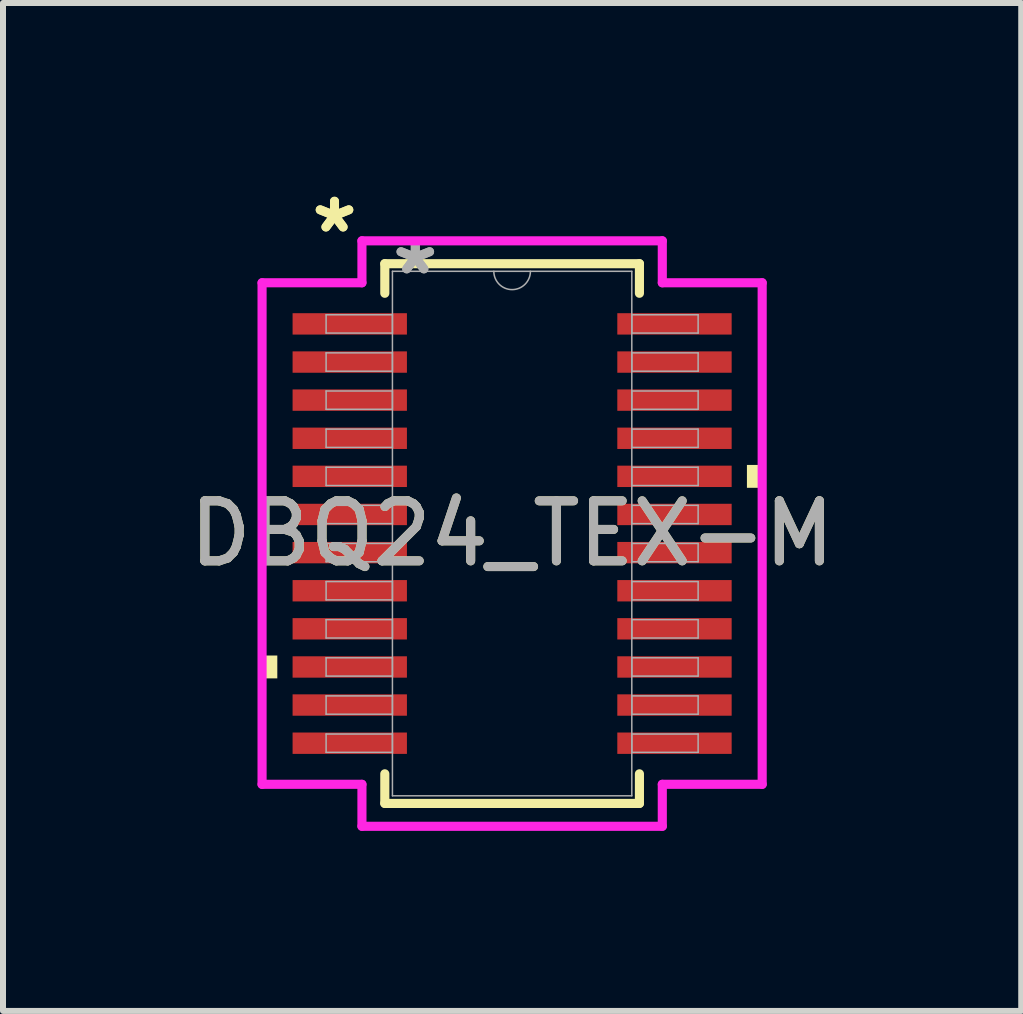
<source format=kicad_pcb>
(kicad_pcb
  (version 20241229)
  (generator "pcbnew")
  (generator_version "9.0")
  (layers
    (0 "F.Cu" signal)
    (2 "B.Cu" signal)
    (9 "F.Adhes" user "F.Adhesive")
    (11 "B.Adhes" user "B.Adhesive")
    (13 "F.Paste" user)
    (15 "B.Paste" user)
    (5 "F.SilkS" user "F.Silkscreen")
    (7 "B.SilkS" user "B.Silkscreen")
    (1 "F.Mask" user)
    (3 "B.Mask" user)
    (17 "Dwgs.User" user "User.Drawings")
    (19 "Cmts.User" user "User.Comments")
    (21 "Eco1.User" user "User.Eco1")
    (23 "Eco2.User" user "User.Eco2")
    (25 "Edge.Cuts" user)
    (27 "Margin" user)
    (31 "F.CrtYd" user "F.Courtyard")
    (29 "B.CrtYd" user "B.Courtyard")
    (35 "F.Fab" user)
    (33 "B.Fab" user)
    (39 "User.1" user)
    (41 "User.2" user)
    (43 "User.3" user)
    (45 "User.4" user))
  (footprint "DBQ24_TEX-M"
    (layer "F.Cu")
    (at 5.482 5.839)
    (property "Reference" "DBQ24_TEX-M" (at 0 0 0) (unlocked yes) (layer "F.SilkS") (effects (font (size 1 1) (thickness 0.15))))
    (attr smd)
    (fp_line (start -2.121 -4.496) (end -2.121 -4.003) (stroke (width 0.152) (type solid)) (layer "F.SilkS"))
    (fp_line (start -2.121 4.003) (end -2.121 4.496) (stroke (width 0.152) (type solid)) (layer "F.SilkS"))
    (fp_line (start -2.121 4.496) (end 2.121 4.496) (stroke (width 0.152) (type solid)) (layer "F.SilkS"))
    (fp_line (start 2.121 -4.496) (end -2.121 -4.496) (stroke (width 0.152) (type solid)) (layer "F.SilkS"))
    (fp_line (start 2.121 -4.003) (end 2.121 -4.496) (stroke (width 0.152) (type solid)) (layer "F.SilkS"))
    (fp_line (start 2.121 4.496) (end 2.121 4.003) (stroke (width 0.152) (type solid)) (layer "F.SilkS"))
    (fp_poly (pts (xy -4.166 2.032) (xy -4.166 2.413) (xy -3.912 2.413) (xy -3.912 2.032)) (stroke (width 0) (type solid)) (fill yes) (layer "F.SilkS"))
    (fp_poly (pts (xy 4.166 -1.143) (xy 4.166 -0.762) (xy 3.912 -0.762) (xy 3.912 -1.143)) (stroke (width 0) (type solid)) (fill yes) (layer "F.SilkS"))
    (fp_line (start -4.166 -4.178) (end -2.502 -4.178) (stroke (width 0.152) (type solid)) (layer "F.CrtYd"))
    (fp_line (start -4.166 4.178) (end -4.166 -4.178) (stroke (width 0.152) (type solid)) (layer "F.CrtYd"))
    (fp_line (start -4.166 4.178) (end -2.502 4.178) (stroke (width 0.152) (type solid)) (layer "F.CrtYd"))
    (fp_line (start -2.502 -4.877) (end 2.502 -4.877) (stroke (width 0.152) (type solid)) (layer "F.CrtYd"))
    (fp_line (start -2.502 -4.178) (end -2.502 -4.877) (stroke (width 0.152) (type solid)) (layer "F.CrtYd"))
    (fp_line (start -2.502 4.877) (end -2.502 4.178) (stroke (width 0.152) (type solid)) (layer "F.CrtYd"))
    (fp_line (start 2.502 -4.877) (end 2.502 -4.178) (stroke (width 0.152) (type solid)) (layer "F.CrtYd"))
    (fp_line (start 2.502 4.178) (end 2.502 4.877) (stroke (width 0.152) (type solid)) (layer "F.CrtYd"))
    (fp_line (start 2.502 4.877) (end -2.502 4.877) (stroke (width 0.152) (type solid)) (layer "F.CrtYd"))
    (fp_line (start 4.166 -4.178) (end 2.502 -4.178) (stroke (width 0.152) (type solid)) (layer "F.CrtYd"))
    (fp_line (start 4.166 -4.178) (end 4.166 4.178) (stroke (width 0.152) (type solid)) (layer "F.CrtYd"))
    (fp_line (start 4.166 4.178) (end 2.502 4.178) (stroke (width 0.152) (type solid)) (layer "F.CrtYd"))
    (fp_line (start -3.099 -3.645) (end -3.099 -3.34) (stroke (width 0.025) (type solid)) (layer "F.Fab"))
    (fp_line (start -3.099 -3.34) (end -1.994 -3.34) (stroke (width 0.025) (type solid)) (layer "F.Fab"))
    (fp_line (start -3.099 -3.01) (end -3.099 -2.705) (stroke (width 0.025) (type solid)) (layer "F.Fab"))
    (fp_line (start -3.099 -2.705) (end -1.994 -2.705) (stroke (width 0.025) (type solid)) (layer "F.Fab"))
    (fp_line (start -3.099 -2.375) (end -3.099 -2.07) (stroke (width 0.025) (type solid)) (layer "F.Fab"))
    (fp_line (start -3.099 -2.07) (end -1.994 -2.07) (stroke (width 0.025) (type solid)) (layer "F.Fab"))
    (fp_line (start -3.099 -1.74) (end -3.099 -1.435) (stroke (width 0.025) (type solid)) (layer "F.Fab"))
    (fp_line (start -3.099 -1.435) (end -1.994 -1.435) (stroke (width 0.025) (type solid)) (layer "F.Fab"))
    (fp_line (start -3.099 -1.105) (end -3.099 -0.8) (stroke (width 0.025) (type solid)) (layer "F.Fab"))
    (fp_line (start -3.099 -0.8) (end -1.994 -0.8) (stroke (width 0.025) (type solid)) (layer "F.Fab"))
    (fp_line (start -3.099 -0.47) (end -3.099 -0.165) (stroke (width 0.025) (type solid)) (layer "F.Fab"))
    (fp_line (start -3.099 -0.165) (end -1.994 -0.165) (stroke (width 0.025) (type solid)) (layer "F.Fab"))
    (fp_line (start -3.099 0.165) (end -3.099 0.47) (stroke (width 0.025) (type solid)) (layer "F.Fab"))
    (fp_line (start -3.099 0.47) (end -1.994 0.47) (stroke (width 0.025) (type solid)) (layer "F.Fab"))
    (fp_line (start -3.099 0.8) (end -3.099 1.105) (stroke (width 0.025) (type solid)) (layer "F.Fab"))
    (fp_line (start -3.099 1.105) (end -1.994 1.105) (stroke (width 0.025) (type solid)) (layer "F.Fab"))
    (fp_line (start -3.099 1.435) (end -3.099 1.74) (stroke (width 0.025) (type solid)) (layer "F.Fab"))
    (fp_line (start -3.099 1.74) (end -1.994 1.74) (stroke (width 0.025) (type solid)) (layer "F.Fab"))
    (fp_line (start -3.099 2.07) (end -3.099 2.375) (stroke (width 0.025) (type solid)) (layer "F.Fab"))
    (fp_line (start -3.099 2.375) (end -1.994 2.375) (stroke (width 0.025) (type solid)) (layer "F.Fab"))
    (fp_line (start -3.099 2.705) (end -3.099 3.01) (stroke (width 0.025) (type solid)) (layer "F.Fab"))
    (fp_line (start -3.099 3.01) (end -1.994 3.01) (stroke (width 0.025) (type solid)) (layer "F.Fab"))
    (fp_line (start -3.099 3.34) (end -3.099 3.645) (stroke (width 0.025) (type solid)) (layer "F.Fab"))
    (fp_line (start -3.099 3.645) (end -1.994 3.645) (stroke (width 0.025) (type solid)) (layer "F.Fab"))
    (fp_line (start -1.994 -4.369) (end -1.994 4.369) (stroke (width 0.025) (type solid)) (layer "F.Fab"))
    (fp_line (start -1.994 -3.645) (end -3.099 -3.645) (stroke (width 0.025) (type solid)) (layer "F.Fab"))
    (fp_line (start -1.994 -3.34) (end -1.994 -3.645) (stroke (width 0.025) (type solid)) (layer "F.Fab"))
    (fp_line (start -1.994 -3.01) (end -3.099 -3.01) (stroke (width 0.025) (type solid)) (layer "F.Fab"))
    (fp_line (start -1.994 -2.705) (end -1.994 -3.01) (stroke (width 0.025) (type solid)) (layer "F.Fab"))
    (fp_line (start -1.994 -2.375) (end -3.099 -2.375) (stroke (width 0.025) (type solid)) (layer "F.Fab"))
    (fp_line (start -1.994 -2.07) (end -1.994 -2.375) (stroke (width 0.025) (type solid)) (layer "F.Fab"))
    (fp_line (start -1.994 -1.74) (end -3.099 -1.74) (stroke (width 0.025) (type solid)) (layer "F.Fab"))
    (fp_line (start -1.994 -1.435) (end -1.994 -1.74) (stroke (width 0.025) (type solid)) (layer "F.Fab"))
    (fp_line (start -1.994 -1.105) (end -3.099 -1.105) (stroke (width 0.025) (type solid)) (layer "F.Fab"))
    (fp_line (start -1.994 -0.8) (end -1.994 -1.105) (stroke (width 0.025) (type solid)) (layer "F.Fab"))
    (fp_line (start -1.994 -0.47) (end -3.099 -0.47) (stroke (width 0.025) (type solid)) (layer "F.Fab"))
    (fp_line (start -1.994 -0.165) (end -1.994 -0.47) (stroke (width 0.025) (type solid)) (layer "F.Fab"))
    (fp_line (start -1.994 0.165) (end -3.099 0.165) (stroke (width 0.025) (type solid)) (layer "F.Fab"))
    (fp_line (start -1.994 0.47) (end -1.994 0.165) (stroke (width 0.025) (type solid)) (layer "F.Fab"))
    (fp_line (start -1.994 0.8) (end -3.099 0.8) (stroke (width 0.025) (type solid)) (layer "F.Fab"))
    (fp_line (start -1.994 1.105) (end -1.994 0.8) (stroke (width 0.025) (type solid)) (layer "F.Fab"))
    (fp_line (start -1.994 1.435) (end -3.099 1.435) (stroke (width 0.025) (type solid)) (layer "F.Fab"))
    (fp_line (start -1.994 1.74) (end -1.994 1.435) (stroke (width 0.025) (type solid)) (layer "F.Fab"))
    (fp_line (start -1.994 2.07) (end -3.099 2.07) (stroke (width 0.025) (type solid)) (layer "F.Fab"))
    (fp_line (start -1.994 2.375) (end -1.994 2.07) (stroke (width 0.025) (type solid)) (layer "F.Fab"))
    (fp_line (start -1.994 2.705) (end -3.099 2.705) (stroke (width 0.025) (type solid)) (layer "F.Fab"))
    (fp_line (start -1.994 3.01) (end -1.994 2.705) (stroke (width 0.025) (type solid)) (layer "F.Fab"))
    (fp_line (start -1.994 3.34) (end -3.099 3.34) (stroke (width 0.025) (type solid)) (layer "F.Fab"))
    (fp_line (start -1.994 3.645) (end -1.994 3.34) (stroke (width 0.025) (type solid)) (layer "F.Fab"))
    (fp_line (start -1.994 4.369) (end 1.994 4.369) (stroke (width 0.025) (type solid)) (layer "F.Fab"))
    (fp_line (start 1.994 -4.369) (end -1.994 -4.369) (stroke (width 0.025) (type solid)) (layer "F.Fab"))
    (fp_line (start 1.994 -3.645) (end 1.994 -3.34) (stroke (width 0.025) (type solid)) (layer "F.Fab"))
    (fp_line (start 1.994 -3.34) (end 3.099 -3.34) (stroke (width 0.025) (type solid)) (layer "F.Fab"))
    (fp_line (start 1.994 -3.01) (end 1.994 -2.705) (stroke (width 0.025) (type solid)) (layer "F.Fab"))
    (fp_line (start 1.994 -2.705) (end 3.099 -2.705) (stroke (width 0.025) (type solid)) (layer "F.Fab"))
    (fp_line (start 1.994 -2.375) (end 1.994 -2.07) (stroke (width 0.025) (type solid)) (layer "F.Fab"))
    (fp_line (start 1.994 -2.07) (end 3.099 -2.07) (stroke (width 0.025) (type solid)) (layer "F.Fab"))
    (fp_line (start 1.994 -1.74) (end 1.994 -1.435) (stroke (width 0.025) (type solid)) (layer "F.Fab"))
    (fp_line (start 1.994 -1.435) (end 3.099 -1.435) (stroke (width 0.025) (type solid)) (layer "F.Fab"))
    (fp_line (start 1.994 -1.105) (end 1.994 -0.8) (stroke (width 0.025) (type solid)) (layer "F.Fab"))
    (fp_line (start 1.994 -0.8) (end 3.099 -0.8) (stroke (width 0.025) (type solid)) (layer "F.Fab"))
    (fp_line (start 1.994 -0.47) (end 1.994 -0.165) (stroke (width 0.025) (type solid)) (layer "F.Fab"))
    (fp_line (start 1.994 -0.165) (end 3.099 -0.165) (stroke (width 0.025) (type solid)) (layer "F.Fab"))
    (fp_line (start 1.994 0.165) (end 1.994 0.47) (stroke (width 0.025) (type solid)) (layer "F.Fab"))
    (fp_line (start 1.994 0.47) (end 3.099 0.47) (stroke (width 0.025) (type solid)) (layer "F.Fab"))
    (fp_line (start 1.994 0.8) (end 1.994 1.105) (stroke (width 0.025) (type solid)) (layer "F.Fab"))
    (fp_line (start 1.994 1.105) (end 3.099 1.105) (stroke (width 0.025) (type solid)) (layer "F.Fab"))
    (fp_line (start 1.994 1.435) (end 1.994 1.74) (stroke (width 0.025) (type solid)) (layer "F.Fab"))
    (fp_line (start 1.994 1.74) (end 3.099 1.74) (stroke (width 0.025) (type solid)) (layer "F.Fab"))
    (fp_line (start 1.994 2.07) (end 1.994 2.375) (stroke (width 0.025) (type solid)) (layer "F.Fab"))
    (fp_line (start 1.994 2.375) (end 3.099 2.375) (stroke (width 0.025) (type solid)) (layer "F.Fab"))
    (fp_line (start 1.994 2.705) (end 1.994 3.01) (stroke (width 0.025) (type solid)) (layer "F.Fab"))
    (fp_line (start 1.994 3.01) (end 3.099 3.01) (stroke (width 0.025) (type solid)) (layer "F.Fab"))
    (fp_line (start 1.994 3.34) (end 1.994 3.645) (stroke (width 0.025) (type solid)) (layer "F.Fab"))
    (fp_line (start 1.994 3.645) (end 3.099 3.645) (stroke (width 0.025) (type solid)) (layer "F.Fab"))
    (fp_line (start 1.994 4.369) (end 1.994 -4.369) (stroke (width 0.025) (type solid)) (layer "F.Fab"))
    (fp_line (start 3.099 -3.645) (end 1.994 -3.645) (stroke (width 0.025) (type solid)) (layer "F.Fab"))
    (fp_line (start 3.099 -3.34) (end 3.099 -3.645) (stroke (width 0.025) (type solid)) (layer "F.Fab"))
    (fp_line (start 3.099 -3.01) (end 1.994 -3.01) (stroke (width 0.025) (type solid)) (layer "F.Fab"))
    (fp_line (start 3.099 -2.705) (end 3.099 -3.01) (stroke (width 0.025) (type solid)) (layer "F.Fab"))
    (fp_line (start 3.099 -2.375) (end 1.994 -2.375) (stroke (width 0.025) (type solid)) (layer "F.Fab"))
    (fp_line (start 3.099 -2.07) (end 3.099 -2.375) (stroke (width 0.025) (type solid)) (layer "F.Fab"))
    (fp_line (start 3.099 -1.74) (end 1.994 -1.74) (stroke (width 0.025) (type solid)) (layer "F.Fab"))
    (fp_line (start 3.099 -1.435) (end 3.099 -1.74) (stroke (width 0.025) (type solid)) (layer "F.Fab"))
    (fp_line (start 3.099 -1.105) (end 1.994 -1.105) (stroke (width 0.025) (type solid)) (layer "F.Fab"))
    (fp_line (start 3.099 -0.8) (end 3.099 -1.105) (stroke (width 0.025) (type solid)) (layer "F.Fab"))
    (fp_line (start 3.099 -0.47) (end 1.994 -0.47) (stroke (width 0.025) (type solid)) (layer "F.Fab"))
    (fp_line (start 3.099 -0.165) (end 3.099 -0.47) (stroke (width 0.025) (type solid)) (layer "F.Fab"))
    (fp_line (start 3.099 0.165) (end 1.994 0.165) (stroke (width 0.025) (type solid)) (layer "F.Fab"))
    (fp_line (start 3.099 0.47) (end 3.099 0.165) (stroke (width 0.025) (type solid)) (layer "F.Fab"))
    (fp_line (start 3.099 0.8) (end 1.994 0.8) (stroke (width 0.025) (type solid)) (layer "F.Fab"))
    (fp_line (start 3.099 1.105) (end 3.099 0.8) (stroke (width 0.025) (type solid)) (layer "F.Fab"))
    (fp_line (start 3.099 1.435) (end 1.994 1.435) (stroke (width 0.025) (type solid)) (layer "F.Fab"))
    (fp_line (start 3.099 1.74) (end 3.099 1.435) (stroke (width 0.025) (type solid)) (layer "F.Fab"))
    (fp_line (start 3.099 2.07) (end 1.994 2.07) (stroke (width 0.025) (type solid)) (layer "F.Fab"))
    (fp_line (start 3.099 2.375) (end 3.099 2.07) (stroke (width 0.025) (type solid)) (layer "F.Fab"))
    (fp_line (start 3.099 2.705) (end 1.994 2.705) (stroke (width 0.025) (type solid)) (layer "F.Fab"))
    (fp_line (start 3.099 3.01) (end 3.099 2.705) (stroke (width 0.025) (type solid)) (layer "F.Fab"))
    (fp_line (start 3.099 3.34) (end 1.994 3.34) (stroke (width 0.025) (type solid)) (layer "F.Fab"))
    (fp_line (start 3.099 3.645) (end 3.099 3.34) (stroke (width 0.025) (type solid)) (layer "F.Fab"))
    (fp_arc (start 0.3048 -4.3688) (mid 0 -4.064) (end -0.3048 -4.3688) (stroke (width 0.0254) (type solid)) (layer "F.Fab"))
    (fp_text user "*" (at -2.959 -4.991 0) (unlocked yes) (layer "F.SilkS") (effects (font (size 1 1) (thickness 0.15))))
    (fp_text user "*" (at -2.959 -4.991 0) (layer "F.SilkS") (effects (font (size 1 1) (thickness 0.15))))
    (fp_text user "*" (at -1.613 -4.293 0) (layer "F.Fab") (effects (font (size 1 1) (thickness 0.15))))
    (fp_text user "${REFERENCE}" (at 0 0 0) (unlocked yes) (layer "F.Fab") (effects (font (size 1 1) (thickness 0.15))))
    (fp_text user "*" (at -1.613 -4.293 0) (unlocked yes) (layer "F.Fab") (effects (font (size 1 1) (thickness 0.15))))
    (pad "1" smd rect (at -2.705 -3.493) (size 1.905 0.356) (layers "F.Cu" "F.Mask" "F.Paste"))
    (pad "2" smd rect (at -2.705 -2.857) (size 1.905 0.356) (layers "F.Cu" "F.Mask" "F.Paste"))
    (pad "3" smd rect (at -2.705 -2.223) (size 1.905 0.356) (layers "F.Cu" "F.Mask" "F.Paste"))
    (pad "4" smd rect (at -2.705 -1.587) (size 1.905 0.356) (layers "F.Cu" "F.Mask" "F.Paste"))
    (pad "5" smd rect (at -2.705 -0.953) (size 1.905 0.356) (layers "F.Cu" "F.Mask" "F.Paste"))
    (pad "6" smd rect (at -2.705 -0.318) (size 1.905 0.356) (layers "F.Cu" "F.Mask" "F.Paste"))
    (pad "7" smd rect (at -2.705 0.318) (size 1.905 0.356) (layers "F.Cu" "F.Mask" "F.Paste"))
    (pad "8" smd rect (at -2.705 0.953) (size 1.905 0.356) (layers "F.Cu" "F.Mask" "F.Paste"))
    (pad "9" smd rect (at -2.705 1.587) (size 1.905 0.356) (layers "F.Cu" "F.Mask" "F.Paste"))
    (pad "10" smd rect (at -2.705 2.223) (size 1.905 0.356) (layers "F.Cu" "F.Mask" "F.Paste"))
    (pad "11" smd rect (at -2.705 2.857) (size 1.905 0.356) (layers "F.Cu" "F.Mask" "F.Paste"))
    (pad "12" smd rect (at -2.705 3.493) (size 1.905 0.356) (layers "F.Cu" "F.Mask" "F.Paste"))
    (pad "13" smd rect (at 2.705 3.493) (size 1.905 0.356) (layers "F.Cu" "F.Mask" "F.Paste"))
    (pad "14" smd rect (at 2.705 2.857) (size 1.905 0.356) (layers "F.Cu" "F.Mask" "F.Paste"))
    (pad "15" smd rect (at 2.705 2.223) (size 1.905 0.356) (layers "F.Cu" "F.Mask" "F.Paste"))
    (pad "16" smd rect (at 2.705 1.587) (size 1.905 0.356) (layers "F.Cu" "F.Mask" "F.Paste"))
    (pad "17" smd rect (at 2.705 0.953) (size 1.905 0.356) (layers "F.Cu" "F.Mask" "F.Paste"))
    (pad "18" smd rect (at 2.705 0.318) (size 1.905 0.356) (layers "F.Cu" "F.Mask" "F.Paste"))
    (pad "19" smd rect (at 2.705 -0.318) (size 1.905 0.356) (layers "F.Cu" "F.Mask" "F.Paste"))
    (pad "20" smd rect (at 2.705 -0.953) (size 1.905 0.356) (layers "F.Cu" "F.Mask" "F.Paste"))
    (pad "21" smd rect (at 2.705 -1.587) (size 1.905 0.356) (layers "F.Cu" "F.Mask" "F.Paste"))
    (pad "22" smd rect (at 2.705 -2.223) (size 1.905 0.356) (layers "F.Cu" "F.Mask" "F.Paste"))
    (pad "23" smd rect (at 2.705 -2.857) (size 1.905 0.356) (layers "F.Cu" "F.Mask" "F.Paste"))
    (pad "24" smd rect (at 2.705 -3.493) (size 1.905 0.356) (layers "F.Cu" "F.Mask" "F.Paste")))
  (gr_rect
    (start -3 -3)
    (end 13.964 13.792)
    (stroke (width 0.1) (type default))
    (fill no)
    (layer "Edge.Cuts")))
</source>
